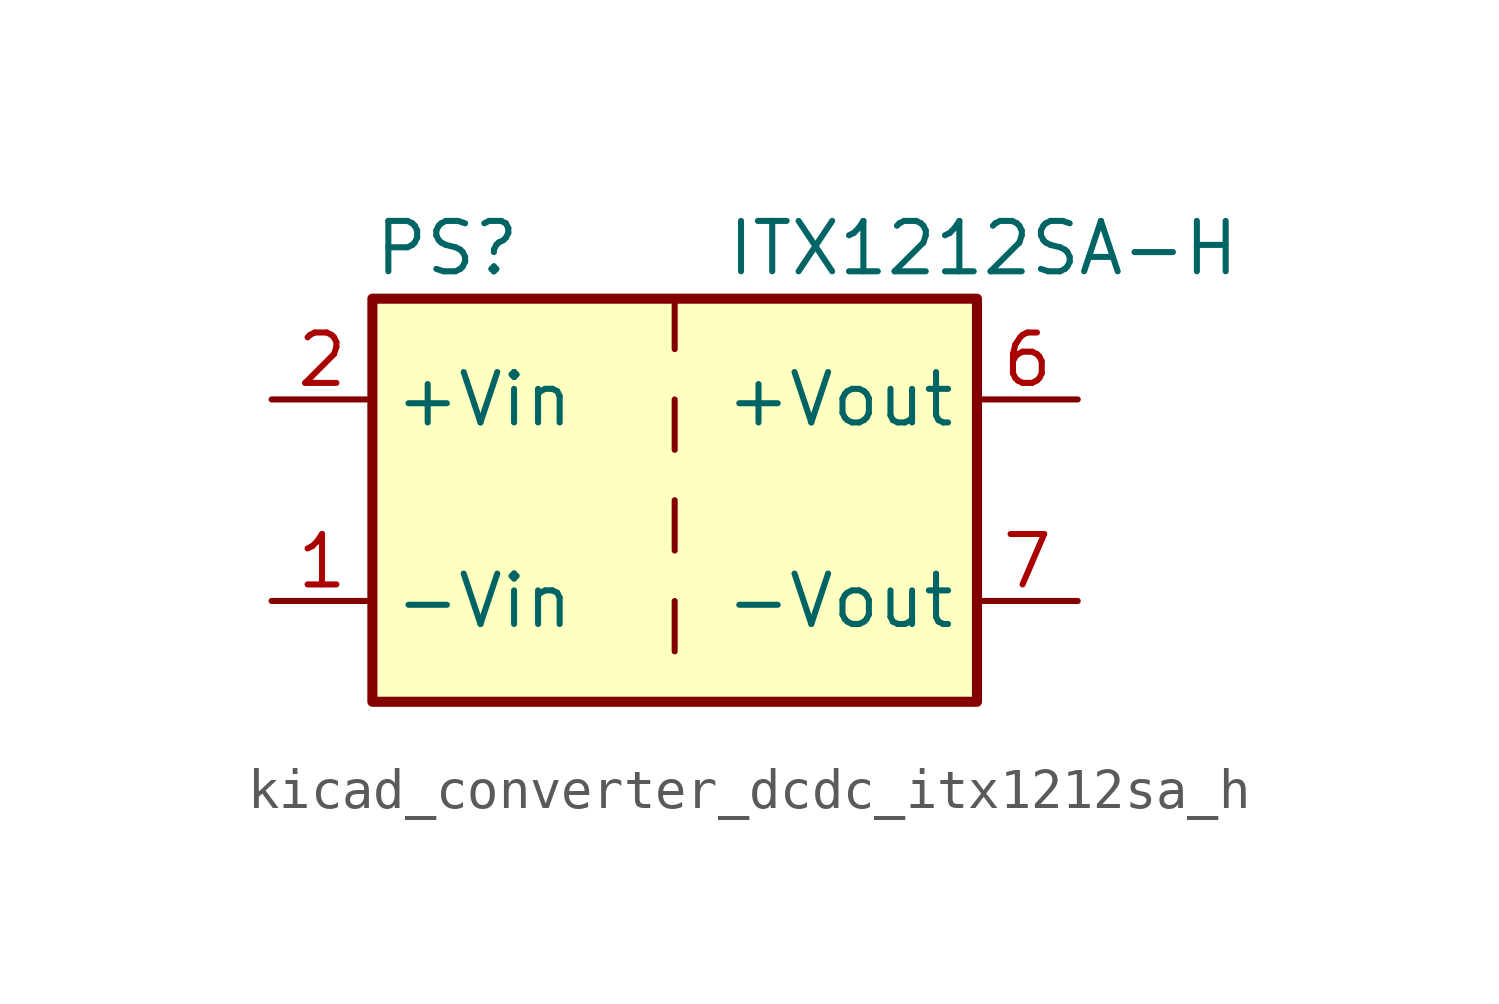
<source format=kicad_sym>
(kicad_symbol_lib
  (version 20220914)
  (generator kicad_symbol_editor)
  (symbol "kicad_converter_dcdc_itx1212sa_h"
    (property "Reference" "PS"
      (at -7.62 6.35 0)
      (effects (font (size 1.27 1.27)) (justify left)))
    (property "Value" "ITX1212SA-H"
      (at 1.27 6.35 0)
      (effects (font (size 1.27 1.27)) (justify left)))
    (symbol "kicad_converter_dcdc_itx1212sa_h_0_0"
      (pin power_in line (at -10.16 -2.54 0) (length 2.54) (name "-Vin" (effects (font (size 1.27 1.27)))) (number "1" (effects (font (size 1.27 1.27)))))
      (pin power_in line (at -10.16 2.54 0) (length 2.54) (name "+Vin" (effects (font (size 1.27 1.27)))) (number "2" (effects (font (size 1.27 1.27)))))
      (pin power_out line (at 10.16 2.54 180) (length 2.54) (name "+Vout" (effects (font (size 1.27 1.27)))) (number "6" (effects (font (size 1.27 1.27)))))
      (pin power_out line (at 10.16 -2.54 180) (length 2.54) (name "-Vout" (effects (font (size 1.27 1.27)))) (number "7" (effects (font (size 1.27 1.27)))))
      (pin no_connect line (at 7.62 0 180) (length 2.54) hide (name "NC" (effects (font (size 1.27 1.27)))) (number "8" (effects (font (size 1.27 1.27))))))
    (symbol "kicad_converter_dcdc_itx1212sa_h_0_1"
      (rectangle (start -7.62 5.08) (end 7.62 -5.08) (stroke (width 0.254) (type default)) (fill (type background)))
      (polyline (pts (xy 0 -2.54) (xy 0 -3.81)) (stroke (width 0) (type default)) (fill (type none)))
      (polyline (pts (xy 0 0) (xy 0 -1.27)) (stroke (width 0) (type default)) (fill (type none)))
      (polyline (pts (xy 0 2.54) (xy 0 1.27)) (stroke (width 0) (type default)) (fill (type none)))
      (polyline (pts (xy 0 5.08) (xy 0 3.81)) (stroke (width 0) (type default)) (fill (type none))))))
</source>
